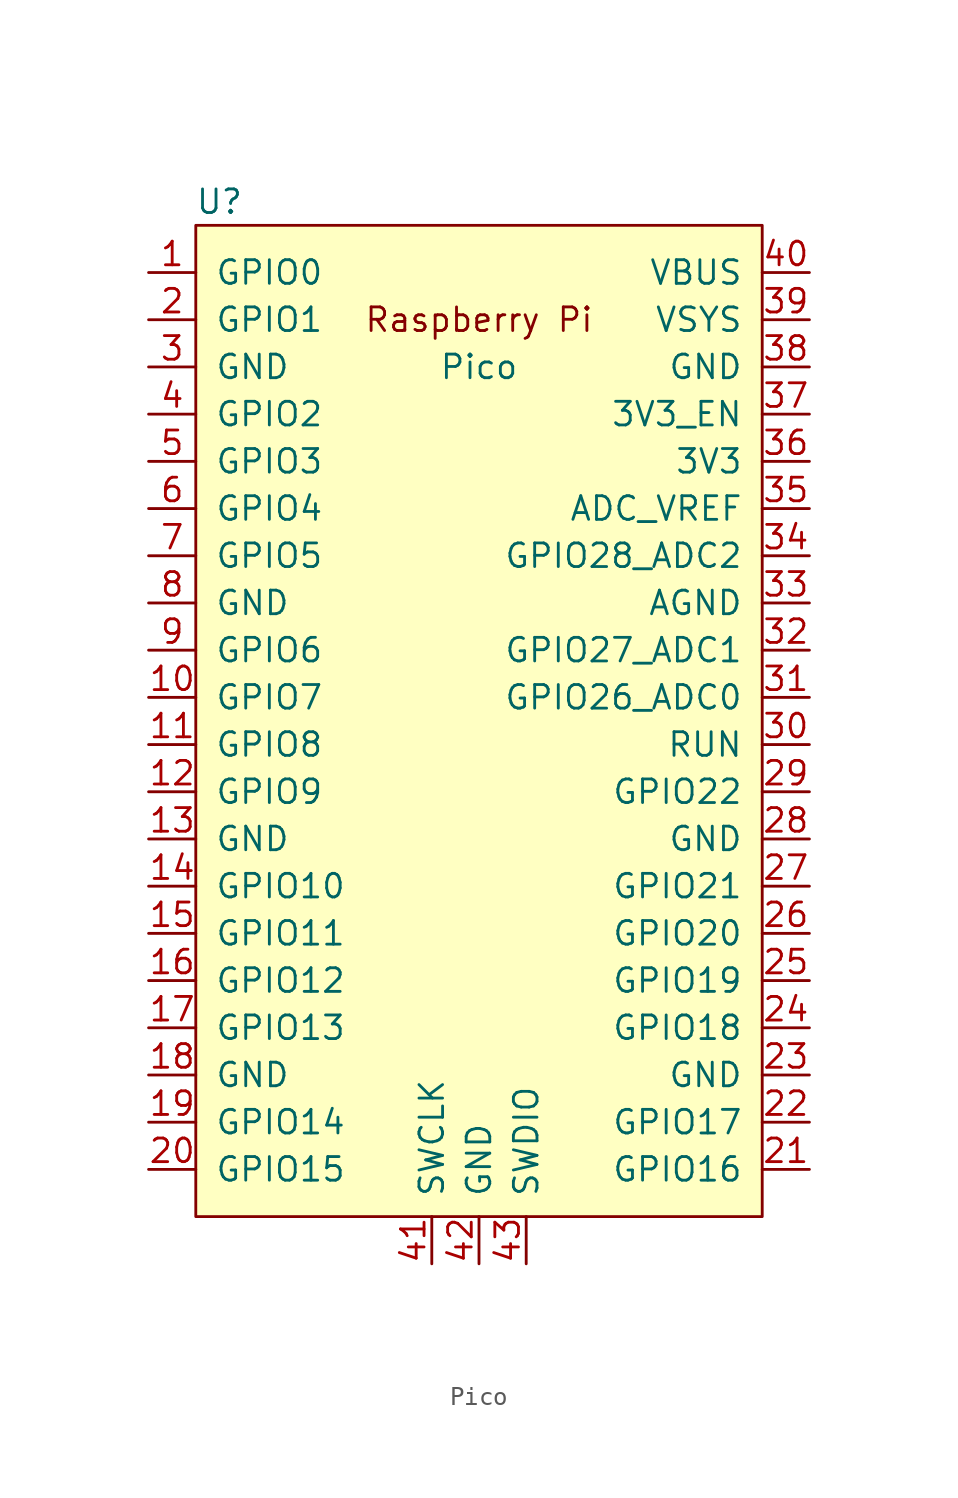
<source format=kicad_sym>
(kicad_symbol_lib
  (version 20220914)
  (generator kicad_symbol_editor)
  (symbol "Pico"
    (pin_names
      (offset 1.016))
    (property "Reference" "U"
      (at -13.97 27.94 0)
      (effects (font (size 1.27 1.27))))
    (property "Value" "Pico"
      (at 0 19.05 0)
      (effects (font (size 1.27 1.27))))
    (symbol "Pico_0_0"
      (text "Raspberry Pi" (at 0 21.59 0) (effects (font (size 1.27 1.27)))))
    (symbol "Pico_0_1"
      (rectangle (start -15.24 26.67) (end 15.24 -26.67) (stroke (width 0) (type solid)) (fill (type background))))
    (symbol "Pico_1_1"
      (pin bidirectional line (at -17.78 24.13 0) (length 2.54) (name "GPIO0" (effects (font (size 1.27 1.27)))) (number "1" (effects (font (size 1.27 1.27)))))
      (pin bidirectional line (at -17.78 1.27 0) (length 2.54) (name "GPIO7" (effects (font (size 1.27 1.27)))) (number "10" (effects (font (size 1.27 1.27)))))
      (pin bidirectional line (at -17.78 -1.27 0) (length 2.54) (name "GPIO8" (effects (font (size 1.27 1.27)))) (number "11" (effects (font (size 1.27 1.27)))))
      (pin bidirectional line (at -17.78 -3.81 0) (length 2.54) (name "GPIO9" (effects (font (size 1.27 1.27)))) (number "12" (effects (font (size 1.27 1.27)))))
      (pin power_in line (at -17.78 -6.35 0) (length 2.54) (name "GND" (effects (font (size 1.27 1.27)))) (number "13" (effects (font (size 1.27 1.27)))))
      (pin bidirectional line (at -17.78 -8.89 0) (length 2.54) (name "GPIO10" (effects (font (size 1.27 1.27)))) (number "14" (effects (font (size 1.27 1.27)))))
      (pin bidirectional line (at -17.78 -11.43 0) (length 2.54) (name "GPIO11" (effects (font (size 1.27 1.27)))) (number "15" (effects (font (size 1.27 1.27)))))
      (pin bidirectional line (at -17.78 -13.97 0) (length 2.54) (name "GPIO12" (effects (font (size 1.27 1.27)))) (number "16" (effects (font (size 1.27 1.27)))))
      (pin bidirectional line (at -17.78 -16.51 0) (length 2.54) (name "GPIO13" (effects (font (size 1.27 1.27)))) (number "17" (effects (font (size 1.27 1.27)))))
      (pin power_in line (at -17.78 -19.05 0) (length 2.54) (name "GND" (effects (font (size 1.27 1.27)))) (number "18" (effects (font (size 1.27 1.27)))))
      (pin bidirectional line (at -17.78 -21.59 0) (length 2.54) (name "GPIO14" (effects (font (size 1.27 1.27)))) (number "19" (effects (font (size 1.27 1.27)))))
      (pin bidirectional line (at -17.78 21.59 0) (length 2.54) (name "GPIO1" (effects (font (size 1.27 1.27)))) (number "2" (effects (font (size 1.27 1.27)))))
      (pin bidirectional line (at -17.78 -24.13 0) (length 2.54) (name "GPIO15" (effects (font (size 1.27 1.27)))) (number "20" (effects (font (size 1.27 1.27)))))
      (pin bidirectional line (at 17.78 -24.13 180) (length 2.54) (name "GPIO16" (effects (font (size 1.27 1.27)))) (number "21" (effects (font (size 1.27 1.27)))))
      (pin bidirectional line (at 17.78 -21.59 180) (length 2.54) (name "GPIO17" (effects (font (size 1.27 1.27)))) (number "22" (effects (font (size 1.27 1.27)))))
      (pin power_in line (at 17.78 -19.05 180) (length 2.54) (name "GND" (effects (font (size 1.27 1.27)))) (number "23" (effects (font (size 1.27 1.27)))))
      (pin bidirectional line (at 17.78 -16.51 180) (length 2.54) (name "GPIO18" (effects (font (size 1.27 1.27)))) (number "24" (effects (font (size 1.27 1.27)))))
      (pin bidirectional line (at 17.78 -13.97 180) (length 2.54) (name "GPIO19" (effects (font (size 1.27 1.27)))) (number "25" (effects (font (size 1.27 1.27)))))
      (pin bidirectional line (at 17.78 -11.43 180) (length 2.54) (name "GPIO20" (effects (font (size 1.27 1.27)))) (number "26" (effects (font (size 1.27 1.27)))))
      (pin bidirectional line (at 17.78 -8.89 180) (length 2.54) (name "GPIO21" (effects (font (size 1.27 1.27)))) (number "27" (effects (font (size 1.27 1.27)))))
      (pin power_in line (at 17.78 -6.35 180) (length 2.54) (name "GND" (effects (font (size 1.27 1.27)))) (number "28" (effects (font (size 1.27 1.27)))))
      (pin bidirectional line (at 17.78 -3.81 180) (length 2.54) (name "GPIO22" (effects (font (size 1.27 1.27)))) (number "29" (effects (font (size 1.27 1.27)))))
      (pin power_in line (at -17.78 19.05 0) (length 2.54) (name "GND" (effects (font (size 1.27 1.27)))) (number "3" (effects (font (size 1.27 1.27)))))
      (pin input line (at 17.78 -1.27 180) (length 2.54) (name "RUN" (effects (font (size 1.27 1.27)))) (number "30" (effects (font (size 1.27 1.27)))))
      (pin bidirectional line (at 17.78 1.27 180) (length 2.54) (name "GPIO26_ADC0" (effects (font (size 1.27 1.27)))) (number "31" (effects (font (size 1.27 1.27)))))
      (pin bidirectional line (at 17.78 3.81 180) (length 2.54) (name "GPIO27_ADC1" (effects (font (size 1.27 1.27)))) (number "32" (effects (font (size 1.27 1.27)))))
      (pin power_in line (at 17.78 6.35 180) (length 2.54) (name "AGND" (effects (font (size 1.27 1.27)))) (number "33" (effects (font (size 1.27 1.27)))))
      (pin bidirectional line (at 17.78 8.89 180) (length 2.54) (name "GPIO28_ADC2" (effects (font (size 1.27 1.27)))) (number "34" (effects (font (size 1.27 1.27)))))
      (pin unspecified line (at 17.78 11.43 180) (length 2.54) (name "ADC_VREF" (effects (font (size 1.27 1.27)))) (number "35" (effects (font (size 1.27 1.27)))))
      (pin power_out line (at 17.78 13.97 180) (length 2.54) (name "3V3" (effects (font (size 1.27 1.27)))) (number "36" (effects (font (size 1.27 1.27)))))
      (pin input line (at 17.78 16.51 180) (length 2.54) (name "3V3_EN" (effects (font (size 1.27 1.27)))) (number "37" (effects (font (size 1.27 1.27)))))
      (pin power_in line (at 17.78 19.05 180) (length 2.54) (name "GND" (effects (font (size 1.27 1.27)))) (number "38" (effects (font (size 1.27 1.27)))))
      (pin unspecified line (at 17.78 21.59 180) (length 2.54) (name "VSYS" (effects (font (size 1.27 1.27)))) (number "39" (effects (font (size 1.27 1.27)))))
      (pin bidirectional line (at -17.78 16.51 0) (length 2.54) (name "GPIO2" (effects (font (size 1.27 1.27)))) (number "4" (effects (font (size 1.27 1.27)))))
      (pin power_out line (at 17.78 24.13 180) (length 2.54) (name "VBUS" (effects (font (size 1.27 1.27)))) (number "40" (effects (font (size 1.27 1.27)))))
      (pin input line (at -2.54 -29.21 90) (length 2.54) (name "SWCLK" (effects (font (size 1.27 1.27)))) (number "41" (effects (font (size 1.27 1.27)))))
      (pin power_in line (at 0 -29.21 90) (length 2.54) (name "GND" (effects (font (size 1.27 1.27)))) (number "42" (effects (font (size 1.27 1.27)))))
      (pin bidirectional line (at 2.54 -29.21 90) (length 2.54) (name "SWDIO" (effects (font (size 1.27 1.27)))) (number "43" (effects (font (size 1.27 1.27)))))
      (pin bidirectional line (at -17.78 13.97 0) (length 2.54) (name "GPIO3" (effects (font (size 1.27 1.27)))) (number "5" (effects (font (size 1.27 1.27)))))
      (pin bidirectional line (at -17.78 11.43 0) (length 2.54) (name "GPIO4" (effects (font (size 1.27 1.27)))) (number "6" (effects (font (size 1.27 1.27)))))
      (pin bidirectional line (at -17.78 8.89 0) (length 2.54) (name "GPIO5" (effects (font (size 1.27 1.27)))) (number "7" (effects (font (size 1.27 1.27)))))
      (pin power_in line (at -17.78 6.35 0) (length 2.54) (name "GND" (effects (font (size 1.27 1.27)))) (number "8" (effects (font (size 1.27 1.27)))))
      (pin bidirectional line (at -17.78 3.81 0) (length 2.54) (name "GPIO6" (effects (font (size 1.27 1.27)))) (number "9" (effects (font (size 1.27 1.27))))))))
</source>
